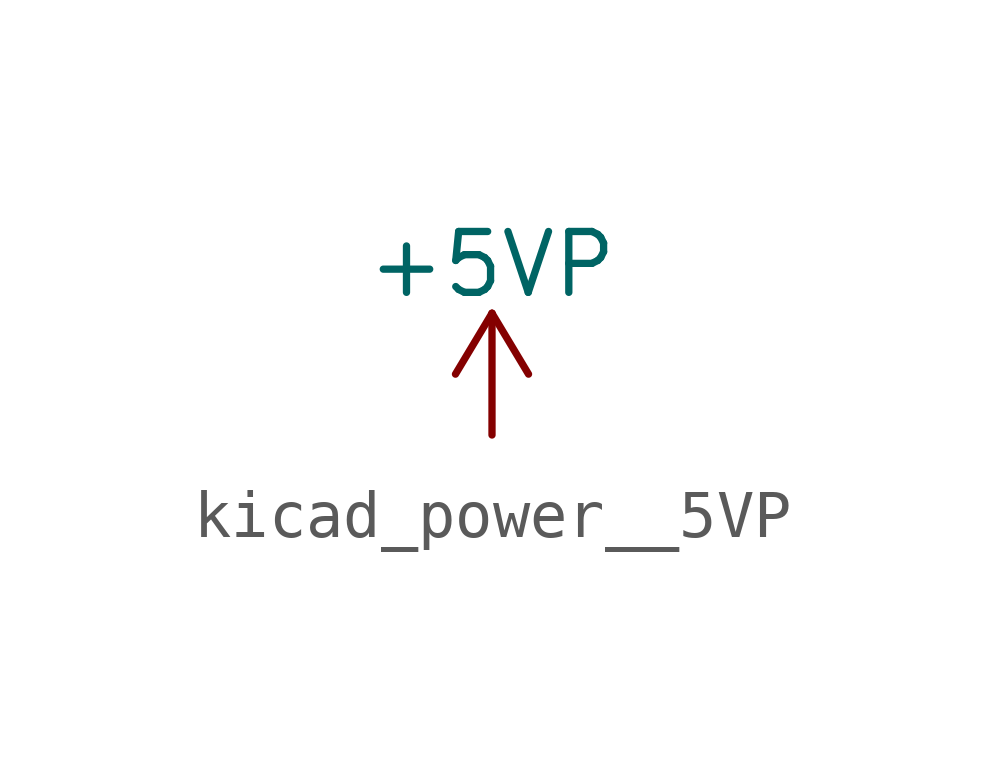
<source format=kicad_sym>
(kicad_symbol_lib
  (version 20220914)
  (generator kicad_symbol_editor)
  (symbol "kicad_power__5VP"
    (power)
    (pin_names
      (offset 0))
    (property "Reference" "#PWR"
      (at 0 -3.81 0)
      (effects (font (size 1.27 1.27)) hide))
    (property "Value" "+5VP"
      (at 0 3.556 0)
      (effects (font (size 1.27 1.27))))
    (symbol "kicad_power__5VP_0_1"
      (polyline (pts (xy -0.762 1.27) (xy 0 2.54)) (stroke (width 0) (type default)) (fill (type none)))
      (polyline (pts (xy 0 0) (xy 0 2.54)) (stroke (width 0) (type default)) (fill (type none)))
      (polyline (pts (xy 0 2.54) (xy 0.762 1.27)) (stroke (width 0) (type default)) (fill (type none))))
    (symbol "kicad_power__5VP_1_1"
      (pin power_in line (at 0 0 90) (length 0) hide (name "+5VP" (effects (font (size 1.27 1.27)))) (number "1" (effects (font (size 1.27 1.27))))))))
</source>
